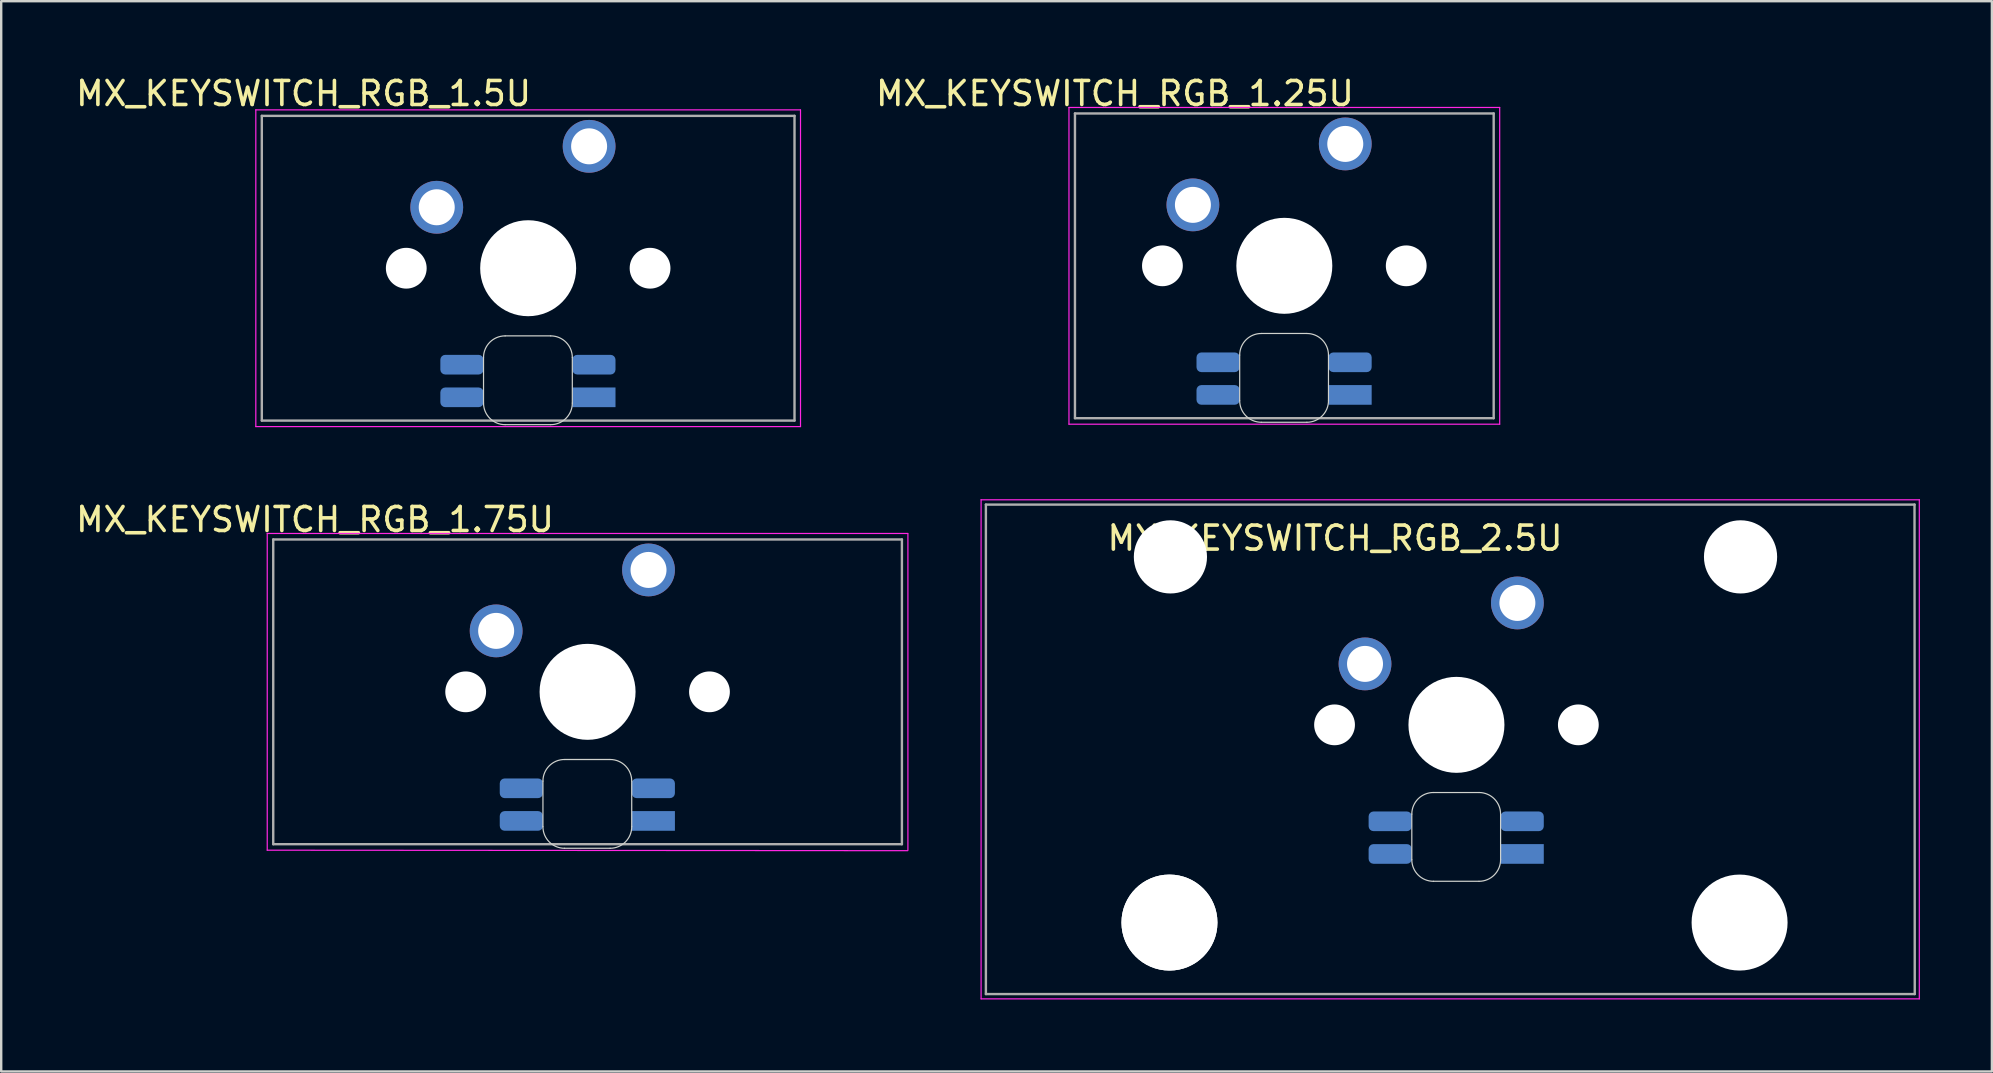
<source format=kicad_pcb>
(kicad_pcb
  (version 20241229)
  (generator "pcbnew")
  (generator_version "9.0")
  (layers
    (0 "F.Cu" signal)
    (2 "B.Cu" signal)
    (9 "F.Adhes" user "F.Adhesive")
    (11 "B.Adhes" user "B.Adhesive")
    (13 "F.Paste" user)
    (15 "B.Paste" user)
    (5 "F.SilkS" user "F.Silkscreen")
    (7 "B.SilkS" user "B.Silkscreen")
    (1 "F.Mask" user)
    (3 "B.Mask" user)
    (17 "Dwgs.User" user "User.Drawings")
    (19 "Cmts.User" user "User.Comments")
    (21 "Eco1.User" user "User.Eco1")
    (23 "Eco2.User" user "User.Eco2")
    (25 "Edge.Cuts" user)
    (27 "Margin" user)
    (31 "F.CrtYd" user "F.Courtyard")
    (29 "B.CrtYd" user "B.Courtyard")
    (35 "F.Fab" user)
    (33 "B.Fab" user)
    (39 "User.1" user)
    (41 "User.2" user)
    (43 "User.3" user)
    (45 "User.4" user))
  (footprint "MX_KEYSWITCH_RGB_1.25U"
    (layer "F.Cu")
    (at 50.414 8.048)
    (property "Reference" "MX_KEYSWITCH_RGB_1.25U" (at -7 -7.2 0) (layer "F.SilkS") (effects (font (size 1 1) (thickness 0.15))))
    (attr through_hole)
    (fp_line (start -1.8 3.7) (end -1.8 5.6) (stroke (width 0.05) (type solid)) (layer "Edge.Cuts"))
    (fp_line (start -0.9 6.5) (end 1 6.5) (stroke (width 0.05) (type solid)) (layer "Edge.Cuts"))
    (fp_line (start 1 2.8) (end -0.9 2.8) (stroke (width 0.05) (type solid)) (layer "Edge.Cuts"))
    (fp_line (start 1.9 5.6) (end 1.9 3.7) (stroke (width 0.05) (type solid)) (layer "Edge.Cuts"))
    (fp_arc (start -1.8 3.7) (mid -1.536396 3.063604) (end -0.9 2.8) (stroke (width 0.05) (type solid)) (layer "Edge.Cuts"))
    (fp_arc (start -0.9 6.5) (mid -1.536396 6.236396) (end -1.8 5.6) (stroke (width 0.05) (type solid)) (layer "Edge.Cuts"))
    (fp_arc (start 1 2.8) (mid 1.636396 3.063604) (end 1.9 3.7) (stroke (width 0.05) (type solid)) (layer "Edge.Cuts"))
    (fp_arc (start 1.9 5.6) (mid 1.636396 6.236396) (end 1 6.5) (stroke (width 0.05) (type solid)) (layer "Edge.Cuts"))
    (fp_line (start -8.915 -6.62) (end 9.035 -6.62) (stroke (width 0.05) (type solid)) (layer "F.CrtYd"))
    (fp_line (start -8.915 6.58) (end -8.915 -6.62) (stroke (width 0.05) (type solid)) (layer "F.CrtYd"))
    (fp_line (start 9.035 -6.62) (end 9.035 6.58) (stroke (width 0.05) (type solid)) (layer "F.CrtYd"))
    (fp_line (start 9.035 6.58) (end -8.915 6.58) (stroke (width 0.05) (type solid)) (layer "F.CrtYd"))
    (fp_line (start -8.665 -6.37) (end 8.785 -6.37) (stroke (width 0.1) (type solid)) (layer "F.Fab"))
    (fp_line (start -8.665 6.33) (end -8.665 -6.37) (stroke (width 0.1) (type solid)) (layer "F.Fab"))
    (fp_line (start 8.785 -6.37) (end 8.785 6.33) (stroke (width 0.1) (type solid)) (layer "F.Fab"))
    (fp_line (start 8.785 6.33) (end -8.665 6.33) (stroke (width 0.1) (type solid)) (layer "F.Fab"))
    (pad "" np_thru_hole circle (at -5.02 -0.02) (size 1.7 1.7) (drill 1.7) (layers "*.Cu" "*.Mask"))
    (pad "" np_thru_hole circle (at 0.06 -0.02) (size 4 4) (drill 4) (layers "*.Cu" "*.Mask"))
    (pad "" np_thru_hole circle (at 5.14 -0.02) (size 1.7 1.7) (drill 1.7) (layers "*.Cu" "*.Mask"))
    (pad "1" thru_hole circle (at 2.6 -5.1) (size 2.2 2.2) (drill 1.5) (layers "*.Cu" "*.Mask"))
    (pad "2" thru_hole circle (at -3.75 -2.56) (size 2.2 2.2) (drill 1.5) (layers "*.Cu" "*.Mask"))
    (pad "3" smd roundrect (at 2.8 4) (size 1.8 0.82) (layers "B.Cu" "B.Mask" "B.Paste") (roundrect_rratio 0.25))
    (pad "4" smd roundrect (at -2.7 5.36) (size 1.8 0.82) (layers "B.Cu" "B.Mask" "B.Paste") (roundrect_rratio 0.25))
    (pad "5" smd roundrect (at -2.7 4) (size 1.8 0.82) (layers "B.Cu" "B.Mask" "B.Paste") (roundrect_rratio 0.25))
    (pad "6" smd rect (at 2.8 5.36) (size 1.8 0.82) (layers "B.Cu" "B.Mask" "B.Paste")))
  (footprint "MX_KEYSWITCH_RGB_1.75U"
    (layer "F.Cu")
    (at 21.377 25.802)
    (property "Reference" "MX_KEYSWITCH_RGB_1.75U" (at -11.3 -7.2 0) (layer "F.SilkS") (effects (font (size 1 1) (thickness 0.15))))
    (attr through_hole)
    (fp_line (start -1.8 3.7) (end -1.8 5.6) (stroke (width 0.05) (type solid)) (layer "Edge.Cuts"))
    (fp_line (start -0.9 6.5) (end 1 6.5) (stroke (width 0.05) (type solid)) (layer "Edge.Cuts"))
    (fp_line (start 1 2.8) (end -0.9 2.8) (stroke (width 0.05) (type solid)) (layer "Edge.Cuts"))
    (fp_line (start 1.9 5.6) (end 1.9 3.7) (stroke (width 0.05) (type solid)) (layer "Edge.Cuts"))
    (fp_arc (start -1.8 3.7) (mid -1.536396 3.063604) (end -0.9 2.8) (stroke (width 0.05) (type solid)) (layer "Edge.Cuts"))
    (fp_arc (start -0.9 6.5) (mid -1.536396 6.236396) (end -1.8 5.6) (stroke (width 0.05) (type solid)) (layer "Edge.Cuts"))
    (fp_arc (start 1 2.8) (mid 1.636396 3.063604) (end 1.9 3.7) (stroke (width 0.05) (type solid)) (layer "Edge.Cuts"))
    (fp_arc (start 1.9 5.6) (mid 1.636396 6.236396) (end 1 6.5) (stroke (width 0.05) (type solid)) (layer "Edge.Cuts"))
    (fp_line (start -13.29 -6.62) (end 13.4 -6.62) (stroke (width 0.05) (type solid)) (layer "F.CrtYd"))
    (fp_line (start -13.29 6.58) (end -13.29 -6.62) (stroke (width 0.05) (type solid)) (layer "F.CrtYd"))
    (fp_line (start 13.4 6.6) (end -13.29 6.58) (stroke (width 0.05) (type solid)) (layer "F.CrtYd"))
    (fp_line (start 13.41 -6.62) (end 13.41 6.58) (stroke (width 0.05) (type solid)) (layer "F.CrtYd"))
    (fp_line (start -13.04 -6.37) (end 13.16 -6.37) (stroke (width 0.1) (type solid)) (layer "F.Fab"))
    (fp_line (start -13.04 6.33) (end -13.04 -6.37) (stroke (width 0.1) (type solid)) (layer "F.Fab"))
    (fp_line (start 13.16 -6.37) (end 13.16 6.33) (stroke (width 0.1) (type solid)) (layer "F.Fab"))
    (fp_line (start 13.16 6.33) (end -13.04 6.33) (stroke (width 0.1) (type solid)) (layer "F.Fab"))
    (pad "" np_thru_hole circle (at -5.02 -0.02) (size 1.7 1.7) (drill 1.7) (layers "*.Cu" "*.Mask"))
    (pad "" np_thru_hole circle (at 0.06 -0.02) (size 4 4) (drill 4) (layers "*.Cu" "*.Mask"))
    (pad "" np_thru_hole circle (at 5.14 -0.02) (size 1.7 1.7) (drill 1.7) (layers "*.Cu" "*.Mask"))
    (pad "1" thru_hole circle (at 2.6 -5.1) (size 2.2 2.2) (drill 1.5) (layers "*.Cu" "*.Mask"))
    (pad "2" thru_hole circle (at -3.75 -2.56) (size 2.2 2.2) (drill 1.5) (layers "*.Cu" "*.Mask"))
    (pad "3" smd roundrect (at 2.8 4) (size 1.8 0.82) (layers "B.Cu" "B.Mask" "B.Paste") (roundrect_rratio 0.25))
    (pad "4" smd roundrect (at -2.7 5.36) (size 1.8 0.82) (layers "B.Cu" "B.Mask" "B.Paste") (roundrect_rratio 0.25))
    (pad "5" smd roundrect (at -2.7 4) (size 1.8 0.82) (layers "B.Cu" "B.Mask" "B.Paste") (roundrect_rratio 0.25))
    (pad "6" smd rect (at 2.8 5.36) (size 1.8 0.82) (layers "B.Cu" "B.Mask" "B.Paste")))
  (footprint "MX_KEYSWITCH_RGB_2.5U"
    (layer "F.Cu")
    (at 57.587 27.178)
    (property "Reference" "MX_KEYSWITCH_RGB_2.5U" (at -5 -7.8 0) (layer "F.SilkS") (effects (font (size 1 1) (thickness 0.15))))
    (attr through_hole)
    (fp_line (start -1.8 3.7) (end -1.8 5.6) (stroke (width 0.05) (type solid)) (layer "Edge.Cuts"))
    (fp_line (start -0.9 6.5) (end 1 6.5) (stroke (width 0.05) (type solid)) (layer "Edge.Cuts"))
    (fp_line (start 1 2.8) (end -0.9 2.8) (stroke (width 0.05) (type solid)) (layer "Edge.Cuts"))
    (fp_line (start 1.9 5.6) (end 1.9 3.7) (stroke (width 0.05) (type solid)) (layer "Edge.Cuts"))
    (fp_arc (start -1.8 3.7) (mid -1.536396 3.063604) (end -0.9 2.8) (stroke (width 0.05) (type solid)) (layer "Edge.Cuts"))
    (fp_arc (start -0.9 6.5) (mid -1.536396 6.236396) (end -1.8 5.6) (stroke (width 0.05) (type solid)) (layer "Edge.Cuts"))
    (fp_arc (start 1 2.8) (mid 1.636396 3.063604) (end 1.9 3.7) (stroke (width 0.05) (type solid)) (layer "Edge.Cuts"))
    (fp_arc (start 1.9 5.6) (mid 1.636396 6.236396) (end 1 6.5) (stroke (width 0.05) (type solid)) (layer "Edge.Cuts"))
    (fp_line (start -19.75 -9.4) (end 19.35 -9.4) (stroke (width 0.05) (type solid)) (layer "F.CrtYd"))
    (fp_line (start -19.75 11.4) (end -19.75 -9.4) (stroke (width 0.05) (type solid)) (layer "F.CrtYd"))
    (fp_line (start 19.35 -9.4) (end 19.35 11.4) (stroke (width 0.05) (type solid)) (layer "F.CrtYd"))
    (fp_line (start 19.35 11.4) (end -19.75 11.4) (stroke (width 0.05) (type solid)) (layer "F.CrtYd"))
    (fp_line (start -19.55 -9.2) (end 19.15 -9.2) (stroke (width 0.1) (type solid)) (layer "F.Fab"))
    (fp_line (start -19.55 11.2) (end -19.55 -9.2) (stroke (width 0.1) (type solid)) (layer "F.Fab"))
    (fp_line (start 19.15 -9.2) (end 19.16 11.2) (stroke (width 0.1) (type solid)) (layer "F.Fab"))
    (fp_line (start 19.16 11.2) (end -19.55 11.2) (stroke (width 0.1) (type solid)) (layer "F.Fab"))
    (pad "" np_thru_hole circle (at -11.9 8.22) (size 4 4) (drill 4) (layers "*.Cu" "*.Mask"))
    (pad "" np_thru_hole circle (at -11.9 8.22) (size 4 4) (drill 4) (layers "*.Cu" "*.Mask"))
    (pad "" np_thru_hole circle (at -11.86 -7.02) (size 3.05 3.05) (drill 3.05) (layers "*.Cu" "*.Mask"))
    (pad "" np_thru_hole circle (at -5.02 -0.02) (size 1.7 1.7) (drill 1.7) (layers "*.Cu" "*.Mask"))
    (pad "" np_thru_hole circle (at 0.06 -0.02) (size 4 4) (drill 4) (layers "*.Cu" "*.Mask"))
    (pad "" np_thru_hole circle (at 5.14 -0.02) (size 1.7 1.7) (drill 1.7) (layers "*.Cu" "*.Mask"))
    (pad "" np_thru_hole circle (at 11.86 8.22) (size 4 4) (drill 4) (layers "*.Cu" "*.Mask"))
    (pad "" np_thru_hole circle (at 11.9 -7.02) (size 3.05 3.05) (drill 3.05) (layers "*.Cu" "*.Mask"))
    (pad "1" thru_hole circle (at 2.6 -5.1) (size 2.2 2.2) (drill 1.5) (layers "*.Cu" "*.Mask"))
    (pad "2" thru_hole circle (at -3.75 -2.56) (size 2.2 2.2) (drill 1.5) (layers "*.Cu" "*.Mask"))
    (pad "3" smd roundrect (at 2.8 4) (size 1.8 0.82) (layers "B.Cu" "B.Mask" "B.Paste") (roundrect_rratio 0.25))
    (pad "4" smd roundrect (at -2.7 5.36) (size 1.8 0.82) (layers "B.Cu" "B.Mask" "B.Paste") (roundrect_rratio 0.25))
    (pad "5" smd roundrect (at -2.7 4) (size 1.8 0.82) (layers "B.Cu" "B.Mask" "B.Paste") (roundrect_rratio 0.25))
    (pad "6" smd rect (at 2.8 5.36) (size 1.8 0.82) (layers "B.Cu" "B.Mask" "B.Paste")))
  (footprint "MX_KEYSWITCH_RGB_1.5U"
    (layer "F.Cu")
    (at 18.901 8.148)
    (property "Reference" "MX_KEYSWITCH_RGB_1.5U" (at -9.3 -7.3 0) (layer "F.SilkS") (effects (font (size 1 1) (thickness 0.15))))
    (attr through_hole)
    (fp_line (start -1.8 3.7) (end -1.8 5.6) (stroke (width 0.05) (type solid)) (layer "Edge.Cuts"))
    (fp_line (start -0.9 6.5) (end 1 6.5) (stroke (width 0.05) (type solid)) (layer "Edge.Cuts"))
    (fp_line (start 1 2.8) (end -0.9 2.8) (stroke (width 0.05) (type solid)) (layer "Edge.Cuts"))
    (fp_line (start 1.9 5.6) (end 1.9 3.7) (stroke (width 0.05) (type solid)) (layer "Edge.Cuts"))
    (fp_arc (start -1.8 3.7) (mid -1.536396 3.063604) (end -0.9 2.8) (stroke (width 0.05) (type solid)) (layer "Edge.Cuts"))
    (fp_arc (start -0.9 6.5) (mid -1.536396 6.236396) (end -1.8 5.6) (stroke (width 0.05) (type solid)) (layer "Edge.Cuts"))
    (fp_arc (start 1 2.8) (mid 1.636396 3.063604) (end 1.9 3.7) (stroke (width 0.05) (type solid)) (layer "Edge.Cuts"))
    (fp_arc (start 1.9 5.6) (mid 1.636396 6.236396) (end 1 6.5) (stroke (width 0.05) (type solid)) (layer "Edge.Cuts"))
    (fp_line (start -11.29 -6.62) (end 11.4 -6.62) (stroke (width 0.05) (type solid)) (layer "F.CrtYd"))
    (fp_line (start -11.29 6.58) (end -11.29 -6.62) (stroke (width 0.05) (type solid)) (layer "F.CrtYd"))
    (fp_line (start 11.41 -6.62) (end 11.41 6.58) (stroke (width 0.05) (type solid)) (layer "F.CrtYd"))
    (fp_line (start 11.41 6.58) (end -11.29 6.58) (stroke (width 0.05) (type solid)) (layer "F.CrtYd"))
    (fp_line (start -11.04 -6.37) (end 11.16 -6.37) (stroke (width 0.1) (type solid)) (layer "F.Fab"))
    (fp_line (start -11.04 6.33) (end -11.04 -6.37) (stroke (width 0.1) (type solid)) (layer "F.Fab"))
    (fp_line (start 11.16 -6.37) (end 11.16 6.33) (stroke (width 0.1) (type solid)) (layer "F.Fab"))
    (fp_line (start 11.16 6.33) (end -11.04 6.33) (stroke (width 0.1) (type solid)) (layer "F.Fab"))
    (pad "" np_thru_hole circle (at -5.02 -0.02) (size 1.7 1.7) (drill 1.7) (layers "*.Cu" "*.Mask"))
    (pad "" np_thru_hole circle (at 0.06 -0.02) (size 4 4) (drill 4) (layers "*.Cu" "*.Mask"))
    (pad "" np_thru_hole circle (at 5.14 -0.02) (size 1.7 1.7) (drill 1.7) (layers "*.Cu" "*.Mask"))
    (pad "1" thru_hole circle (at 2.6 -5.1) (size 2.2 2.2) (drill 1.5) (layers "*.Cu" "*.Mask"))
    (pad "2" thru_hole circle (at -3.75 -2.56) (size 2.2 2.2) (drill 1.5) (layers "*.Cu" "*.Mask"))
    (pad "3" smd roundrect (at 2.8 4) (size 1.8 0.82) (layers "B.Cu" "B.Mask" "B.Paste") (roundrect_rratio 0.25))
    (pad "4" smd roundrect (at -2.7 5.36) (size 1.8 0.82) (layers "B.Cu" "B.Mask" "B.Paste") (roundrect_rratio 0.25))
    (pad "5" smd roundrect (at -2.7 4) (size 1.8 0.82) (layers "B.Cu" "B.Mask" "B.Paste") (roundrect_rratio 0.25))
    (pad "6" smd rect (at 2.8 5.36) (size 1.8 0.82) (layers "B.Cu" "B.Mask" "B.Paste")))
  (gr_rect
    (start -3 -3)
    (end 79.962 41.603)
    (stroke (width 0.1) (type default))
    (fill no)
    (layer "Edge.Cuts")))
</source>
